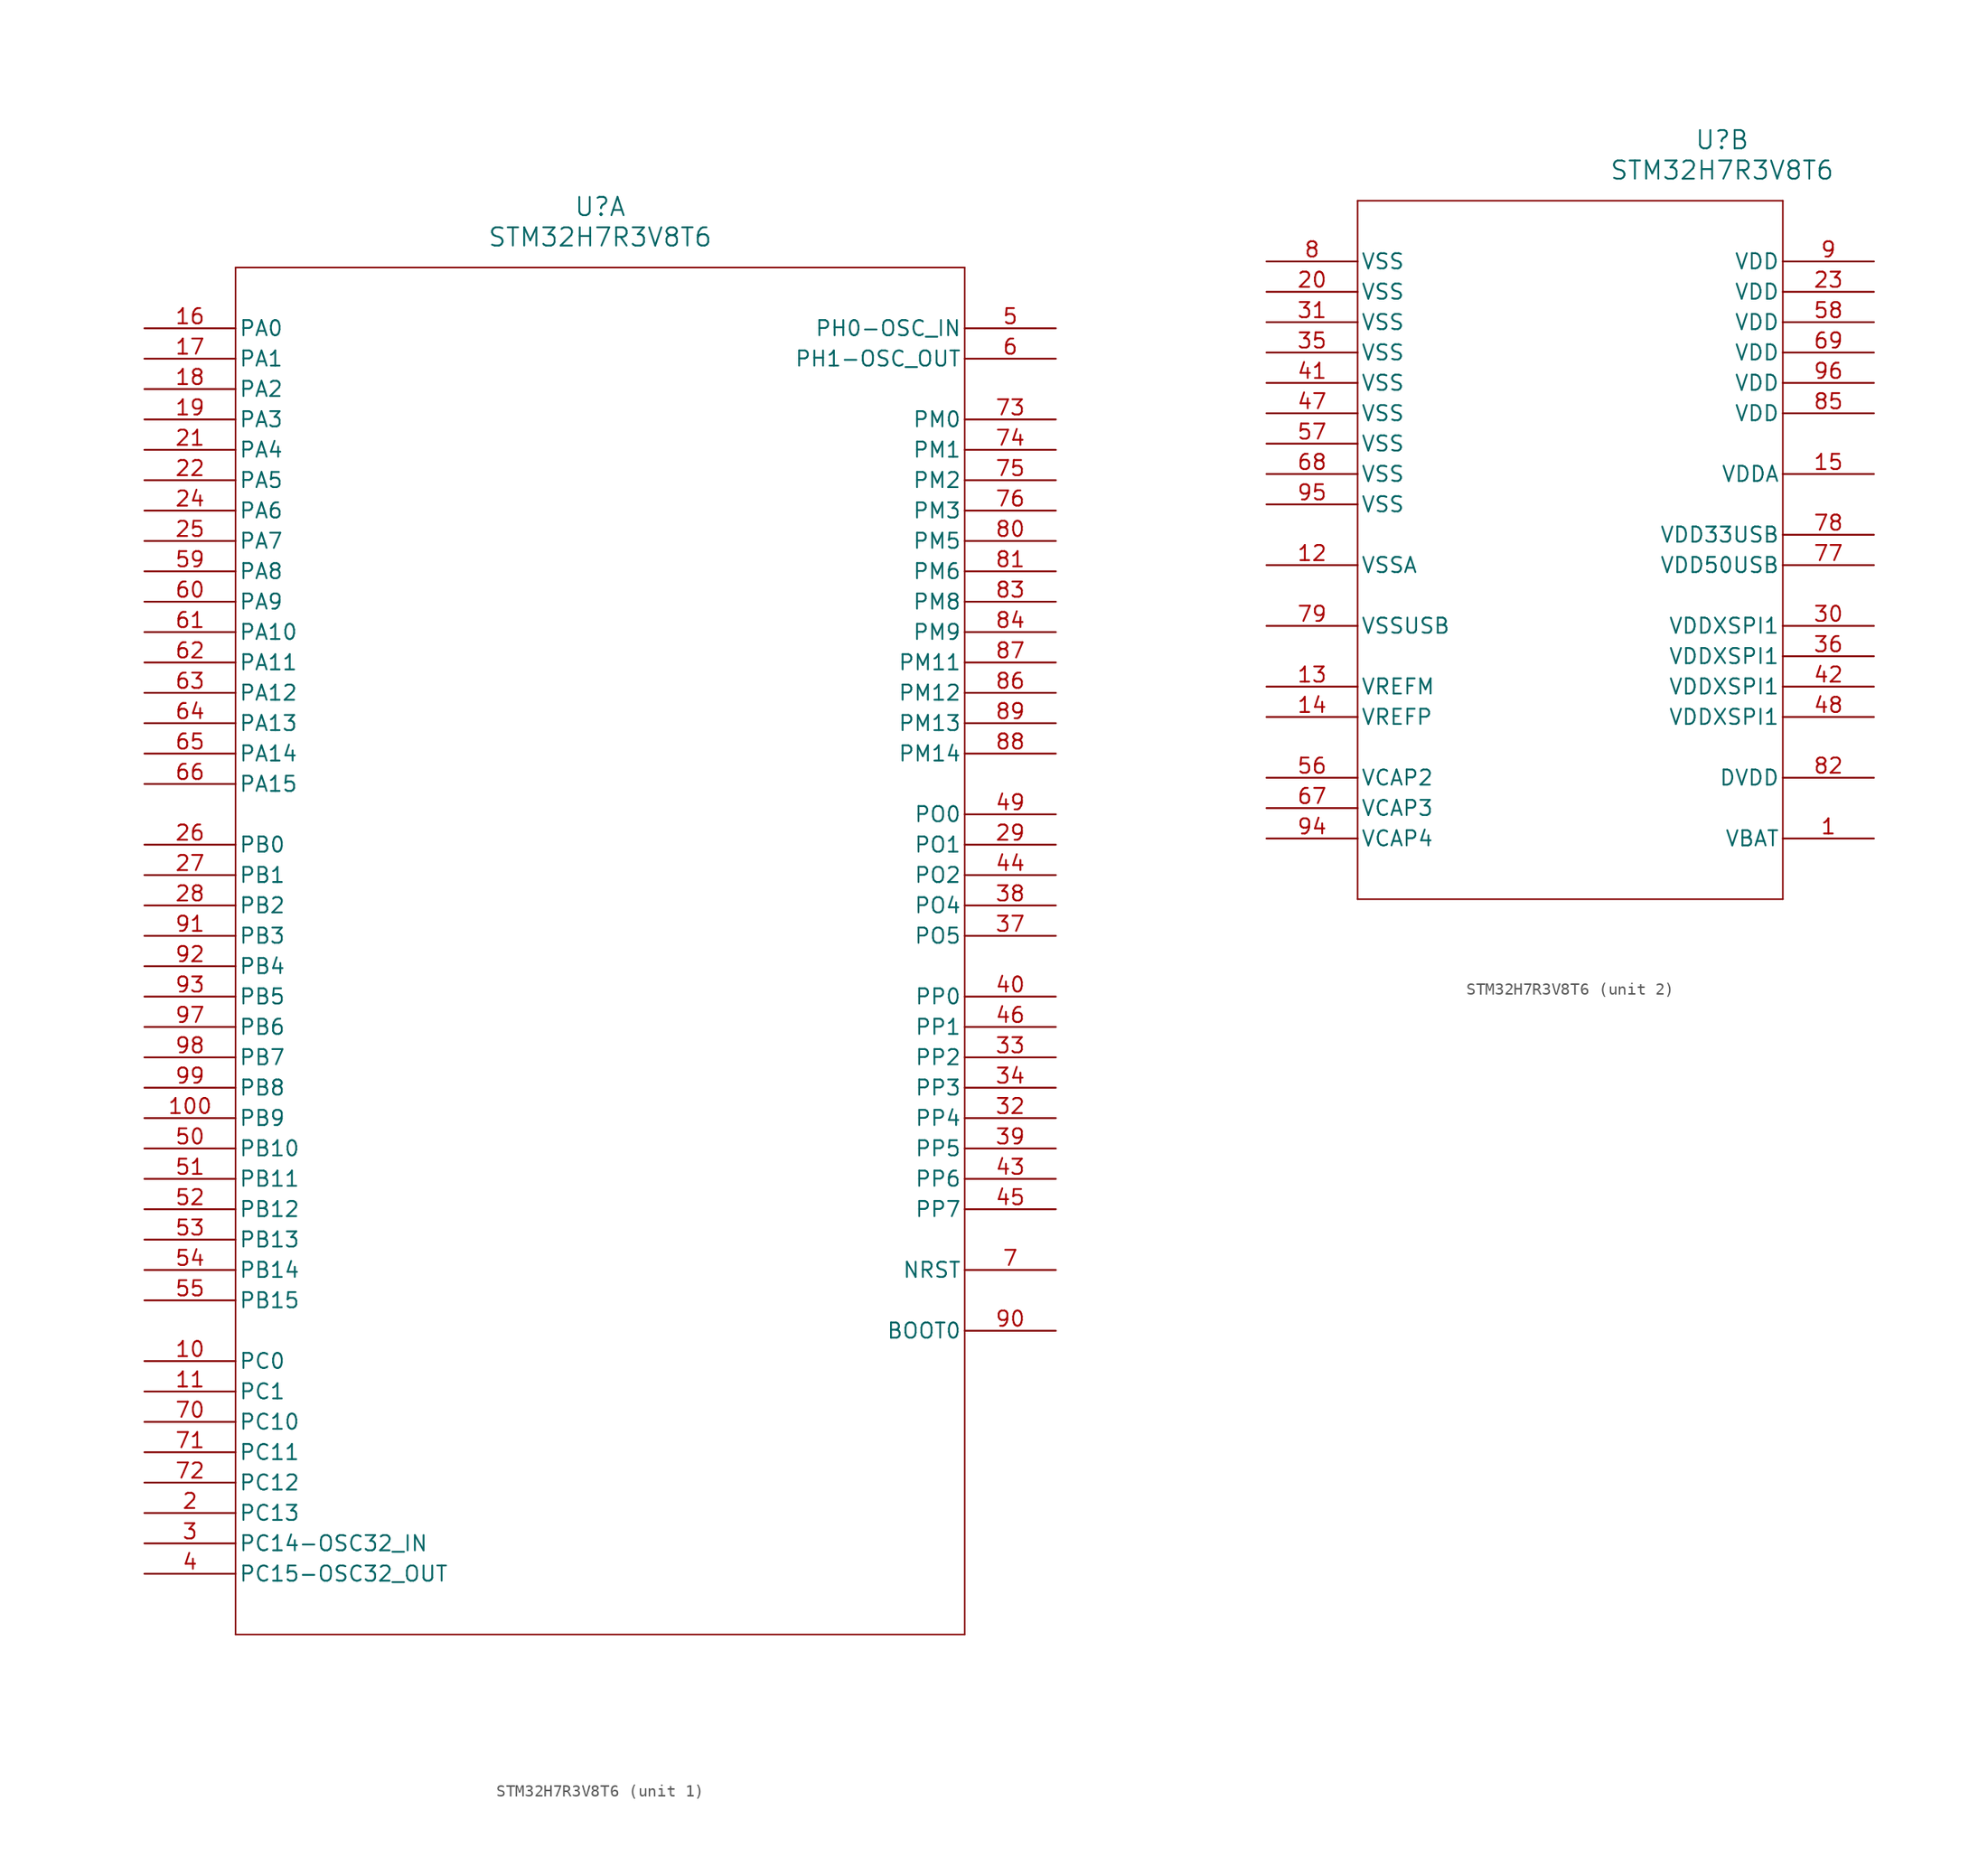
<source format=kicad_sym>
(kicad_symbol_lib
  (version 20211014)
  (generator kicad_symbol_editor)
  (symbol "STM32H7R3V8T6"
    (pin_names
      (offset 0.254))
    (property "Reference" "U"
      (at 38.1 10.16 0)
      (effects (font (size 1.524 1.524))))
    (property "Value" "STM32H7R3V8T6"
      (at 38.1 7.62 0)
      (effects (font (size 1.524 1.524))))
    (symbol "STM32H7R3V8T6_1_1"
      (polyline (pts (xy 7.62 5.08) (xy 7.62 -109.22)) (stroke (width 0.127) (type default) (color 0 0 0 0)) (fill (type none)))
      (polyline (pts (xy 7.62 -109.22) (xy 68.58 -109.22)) (stroke (width 0.127) (type default) (color 0 0 0 0)) (fill (type none)))
      (polyline (pts (xy 68.58 -109.22) (xy 68.58 5.08)) (stroke (width 0.127) (type default) (color 0 0 0 0)) (fill (type none)))
      (polyline (pts (xy 68.58 5.08) (xy 7.62 5.08)) (stroke (width 0.127) (type default) (color 0 0 0 0)) (fill (type none)))
      (pin bidirectional line (at 0 -99.06 0) (length 7.62) (name "PC13" (effects (font (size 1.27 1.27)))) (number "2" (effects (font (size 1.27 1.27)))))
      (pin bidirectional line (at 0 -101.6 0) (length 7.62) (name "PC14-OSC32_IN" (effects (font (size 1.27 1.27)))) (number "3" (effects (font (size 1.27 1.27)))))
      (pin bidirectional line (at 0 -104.14 0) (length 7.62) (name "PC15-OSC32_OUT" (effects (font (size 1.27 1.27)))) (number "4" (effects (font (size 1.27 1.27)))))
      (pin bidirectional line (at 76.2 0 180) (length 7.62) (name "PH0-OSC_IN" (effects (font (size 1.27 1.27)))) (number "5" (effects (font (size 1.27 1.27)))))
      (pin bidirectional line (at 76.2 -2.54 180) (length 7.62) (name "PH1-OSC_OUT" (effects (font (size 1.27 1.27)))) (number "6" (effects (font (size 1.27 1.27)))))
      (pin bidirectional line (at 76.2 -78.74 180) (length 7.62) (name "NRST" (effects (font (size 1.27 1.27)))) (number "7" (effects (font (size 1.27 1.27)))))
      (pin bidirectional line (at 0 -86.36 0) (length 7.62) (name "PC0" (effects (font (size 1.27 1.27)))) (number "10" (effects (font (size 1.27 1.27)))))
      (pin bidirectional line (at 0 -88.9 0) (length 7.62) (name "PC1" (effects (font (size 1.27 1.27)))) (number "11" (effects (font (size 1.27 1.27)))))
      (pin bidirectional line (at 0 0 0) (length 7.62) (name "PA0" (effects (font (size 1.27 1.27)))) (number "16" (effects (font (size 1.27 1.27)))))
      (pin bidirectional line (at 0 -2.54 0) (length 7.62) (name "PA1" (effects (font (size 1.27 1.27)))) (number "17" (effects (font (size 1.27 1.27)))))
      (pin bidirectional line (at 0 -5.08 0) (length 7.62) (name "PA2" (effects (font (size 1.27 1.27)))) (number "18" (effects (font (size 1.27 1.27)))))
      (pin bidirectional line (at 0 -7.62 0) (length 7.62) (name "PA3" (effects (font (size 1.27 1.27)))) (number "19" (effects (font (size 1.27 1.27)))))
      (pin bidirectional line (at 0 -10.16 0) (length 7.62) (name "PA4" (effects (font (size 1.27 1.27)))) (number "21" (effects (font (size 1.27 1.27)))))
      (pin bidirectional line (at 0 -12.7 0) (length 7.62) (name "PA5" (effects (font (size 1.27 1.27)))) (number "22" (effects (font (size 1.27 1.27)))))
      (pin bidirectional line (at 0 -15.24 0) (length 7.62) (name "PA6" (effects (font (size 1.27 1.27)))) (number "24" (effects (font (size 1.27 1.27)))))
      (pin bidirectional line (at 0 -17.78 0) (length 7.62) (name "PA7" (effects (font (size 1.27 1.27)))) (number "25" (effects (font (size 1.27 1.27)))))
      (pin bidirectional line (at 0 -43.18 0) (length 7.62) (name "PB0" (effects (font (size 1.27 1.27)))) (number "26" (effects (font (size 1.27 1.27)))))
      (pin bidirectional line (at 0 -45.72 0) (length 7.62) (name "PB1" (effects (font (size 1.27 1.27)))) (number "27" (effects (font (size 1.27 1.27)))))
      (pin bidirectional line (at 0 -48.26 0) (length 7.62) (name "PB2" (effects (font (size 1.27 1.27)))) (number "28" (effects (font (size 1.27 1.27)))))
      (pin bidirectional line (at 76.2 -43.18 180) (length 7.62) (name "PO1" (effects (font (size 1.27 1.27)))) (number "29" (effects (font (size 1.27 1.27)))))
      (pin bidirectional line (at 76.2 -66.04 180) (length 7.62) (name "PP4" (effects (font (size 1.27 1.27)))) (number "32" (effects (font (size 1.27 1.27)))))
      (pin bidirectional line (at 76.2 -60.96 180) (length 7.62) (name "PP2" (effects (font (size 1.27 1.27)))) (number "33" (effects (font (size 1.27 1.27)))))
      (pin bidirectional line (at 76.2 -63.5 180) (length 7.62) (name "PP3" (effects (font (size 1.27 1.27)))) (number "34" (effects (font (size 1.27 1.27)))))
      (pin bidirectional line (at 76.2 -50.8 180) (length 7.62) (name "PO5" (effects (font (size 1.27 1.27)))) (number "37" (effects (font (size 1.27 1.27)))))
      (pin bidirectional line (at 76.2 -48.26 180) (length 7.62) (name "PO4" (effects (font (size 1.27 1.27)))) (number "38" (effects (font (size 1.27 1.27)))))
      (pin bidirectional line (at 76.2 -68.58 180) (length 7.62) (name "PP5" (effects (font (size 1.27 1.27)))) (number "39" (effects (font (size 1.27 1.27)))))
      (pin bidirectional line (at 76.2 -55.88 180) (length 7.62) (name "PP0" (effects (font (size 1.27 1.27)))) (number "40" (effects (font (size 1.27 1.27)))))
      (pin bidirectional line (at 76.2 -71.12 180) (length 7.62) (name "PP6" (effects (font (size 1.27 1.27)))) (number "43" (effects (font (size 1.27 1.27)))))
      (pin bidirectional line (at 76.2 -45.72 180) (length 7.62) (name "PO2" (effects (font (size 1.27 1.27)))) (number "44" (effects (font (size 1.27 1.27)))))
      (pin bidirectional line (at 76.2 -73.66 180) (length 7.62) (name "PP7" (effects (font (size 1.27 1.27)))) (number "45" (effects (font (size 1.27 1.27)))))
      (pin bidirectional line (at 76.2 -58.42 180) (length 7.62) (name "PP1" (effects (font (size 1.27 1.27)))) (number "46" (effects (font (size 1.27 1.27)))))
      (pin bidirectional line (at 76.2 -40.64 180) (length 7.62) (name "PO0" (effects (font (size 1.27 1.27)))) (number "49" (effects (font (size 1.27 1.27)))))
      (pin bidirectional line (at 0 -68.58 0) (length 7.62) (name "PB10" (effects (font (size 1.27 1.27)))) (number "50" (effects (font (size 1.27 1.27)))))
      (pin bidirectional line (at 0 -71.12 0) (length 7.62) (name "PB11" (effects (font (size 1.27 1.27)))) (number "51" (effects (font (size 1.27 1.27)))))
      (pin bidirectional line (at 0 -73.66 0) (length 7.62) (name "PB12" (effects (font (size 1.27 1.27)))) (number "52" (effects (font (size 1.27 1.27)))))
      (pin bidirectional line (at 0 -76.2 0) (length 7.62) (name "PB13" (effects (font (size 1.27 1.27)))) (number "53" (effects (font (size 1.27 1.27)))))
      (pin bidirectional line (at 0 -78.74 0) (length 7.62) (name "PB14" (effects (font (size 1.27 1.27)))) (number "54" (effects (font (size 1.27 1.27)))))
      (pin bidirectional line (at 0 -81.28 0) (length 7.62) (name "PB15" (effects (font (size 1.27 1.27)))) (number "55" (effects (font (size 1.27 1.27)))))
      (pin bidirectional line (at 0 -20.32 0) (length 7.62) (name "PA8" (effects (font (size 1.27 1.27)))) (number "59" (effects (font (size 1.27 1.27)))))
      (pin bidirectional line (at 0 -22.86 0) (length 7.62) (name "PA9" (effects (font (size 1.27 1.27)))) (number "60" (effects (font (size 1.27 1.27)))))
      (pin bidirectional line (at 0 -25.4 0) (length 7.62) (name "PA10" (effects (font (size 1.27 1.27)))) (number "61" (effects (font (size 1.27 1.27)))))
      (pin bidirectional line (at 0 -27.94 0) (length 7.62) (name "PA11" (effects (font (size 1.27 1.27)))) (number "62" (effects (font (size 1.27 1.27)))))
      (pin bidirectional line (at 0 -30.48 0) (length 7.62) (name "PA12" (effects (font (size 1.27 1.27)))) (number "63" (effects (font (size 1.27 1.27)))))
      (pin bidirectional line (at 0 -33.02 0) (length 7.62) (name "PA13" (effects (font (size 1.27 1.27)))) (number "64" (effects (font (size 1.27 1.27)))))
      (pin bidirectional line (at 0 -35.56 0) (length 7.62) (name "PA14" (effects (font (size 1.27 1.27)))) (number "65" (effects (font (size 1.27 1.27)))))
      (pin bidirectional line (at 0 -38.1 0) (length 7.62) (name "PA15" (effects (font (size 1.27 1.27)))) (number "66" (effects (font (size 1.27 1.27)))))
      (pin bidirectional line (at 0 -91.44 0) (length 7.62) (name "PC10" (effects (font (size 1.27 1.27)))) (number "70" (effects (font (size 1.27 1.27)))))
      (pin bidirectional line (at 0 -93.98 0) (length 7.62) (name "PC11" (effects (font (size 1.27 1.27)))) (number "71" (effects (font (size 1.27 1.27)))))
      (pin bidirectional line (at 0 -96.52 0) (length 7.62) (name "PC12" (effects (font (size 1.27 1.27)))) (number "72" (effects (font (size 1.27 1.27)))))
      (pin bidirectional line (at 76.2 -7.62 180) (length 7.62) (name "PM0" (effects (font (size 1.27 1.27)))) (number "73" (effects (font (size 1.27 1.27)))))
      (pin bidirectional line (at 76.2 -10.16 180) (length 7.62) (name "PM1" (effects (font (size 1.27 1.27)))) (number "74" (effects (font (size 1.27 1.27)))))
      (pin bidirectional line (at 76.2 -12.7 180) (length 7.62) (name "PM2" (effects (font (size 1.27 1.27)))) (number "75" (effects (font (size 1.27 1.27)))))
      (pin bidirectional line (at 76.2 -15.24 180) (length 7.62) (name "PM3" (effects (font (size 1.27 1.27)))) (number "76" (effects (font (size 1.27 1.27)))))
      (pin bidirectional line (at 76.2 -17.78 180) (length 7.62) (name "PM5" (effects (font (size 1.27 1.27)))) (number "80" (effects (font (size 1.27 1.27)))))
      (pin bidirectional line (at 76.2 -20.32 180) (length 7.62) (name "PM6" (effects (font (size 1.27 1.27)))) (number "81" (effects (font (size 1.27 1.27)))))
      (pin bidirectional line (at 76.2 -22.86 180) (length 7.62) (name "PM8" (effects (font (size 1.27 1.27)))) (number "83" (effects (font (size 1.27 1.27)))))
      (pin bidirectional line (at 76.2 -25.4 180) (length 7.62) (name "PM9" (effects (font (size 1.27 1.27)))) (number "84" (effects (font (size 1.27 1.27)))))
      (pin bidirectional line (at 76.2 -30.48 180) (length 7.62) (name "PM12" (effects (font (size 1.27 1.27)))) (number "86" (effects (font (size 1.27 1.27)))))
      (pin bidirectional line (at 76.2 -27.94 180) (length 7.62) (name "PM11" (effects (font (size 1.27 1.27)))) (number "87" (effects (font (size 1.27 1.27)))))
      (pin bidirectional line (at 76.2 -35.56 180) (length 7.62) (name "PM14" (effects (font (size 1.27 1.27)))) (number "88" (effects (font (size 1.27 1.27)))))
      (pin bidirectional line (at 76.2 -33.02 180) (length 7.62) (name "PM13" (effects (font (size 1.27 1.27)))) (number "89" (effects (font (size 1.27 1.27)))))
      (pin input line (at 76.2 -83.82 180) (length 7.62) (name "BOOT0" (effects (font (size 1.27 1.27)))) (number "90" (effects (font (size 1.27 1.27)))))
      (pin bidirectional line (at 0 -50.8 0) (length 7.62) (name "PB3" (effects (font (size 1.27 1.27)))) (number "91" (effects (font (size 1.27 1.27)))))
      (pin bidirectional line (at 0 -53.34 0) (length 7.62) (name "PB4" (effects (font (size 1.27 1.27)))) (number "92" (effects (font (size 1.27 1.27)))))
      (pin bidirectional line (at 0 -55.88 0) (length 7.62) (name "PB5" (effects (font (size 1.27 1.27)))) (number "93" (effects (font (size 1.27 1.27)))))
      (pin bidirectional line (at 0 -58.42 0) (length 7.62) (name "PB6" (effects (font (size 1.27 1.27)))) (number "97" (effects (font (size 1.27 1.27)))))
      (pin bidirectional line (at 0 -60.96 0) (length 7.62) (name "PB7" (effects (font (size 1.27 1.27)))) (number "98" (effects (font (size 1.27 1.27)))))
      (pin bidirectional line (at 0 -63.5 0) (length 7.62) (name "PB8" (effects (font (size 1.27 1.27)))) (number "99" (effects (font (size 1.27 1.27)))))
      (pin bidirectional line (at 0 -66.04 0) (length 7.62) (name "PB9" (effects (font (size 1.27 1.27)))) (number "100" (effects (font (size 1.27 1.27))))))
    (symbol "STM32H7R3V8T6_2_1"
      (polyline (pts (xy 7.62 5.08) (xy 7.62 -53.34)) (stroke (width 0.127) (type default) (color 0 0 0 0)) (fill (type none)))
      (polyline (pts (xy 7.62 -53.34) (xy 43.18 -53.34)) (stroke (width 0.127) (type default) (color 0 0 0 0)) (fill (type none)))
      (polyline (pts (xy 43.18 -53.34) (xy 43.18 5.08)) (stroke (width 0.127) (type default) (color 0 0 0 0)) (fill (type none)))
      (polyline (pts (xy 43.18 5.08) (xy 7.62 5.08)) (stroke (width 0.127) (type default) (color 0 0 0 0)) (fill (type none)))
      (pin power_in line (at 50.8 -48.26 180) (length 7.62) (name "VBAT" (effects (font (size 1.27 1.27)))) (number "1" (effects (font (size 1.27 1.27)))))
      (pin power_in line (at 0 0 0) (length 7.62) (name "VSS" (effects (font (size 1.27 1.27)))) (number "8" (effects (font (size 1.27 1.27)))))
      (pin power_in line (at 50.8 0 180) (length 7.62) (name "VDD" (effects (font (size 1.27 1.27)))) (number "9" (effects (font (size 1.27 1.27)))))
      (pin power_in line (at 0 -25.4 0) (length 7.62) (name "VSSA" (effects (font (size 1.27 1.27)))) (number "12" (effects (font (size 1.27 1.27)))))
      (pin power_in line (at 0 -35.56 0) (length 7.62) (name "VREFM" (effects (font (size 1.27 1.27)))) (number "13" (effects (font (size 1.27 1.27)))))
      (pin power_in line (at 0 -38.1 0) (length 7.62) (name "VREFP" (effects (font (size 1.27 1.27)))) (number "14" (effects (font (size 1.27 1.27)))))
      (pin power_in line (at 50.8 -17.78 180) (length 7.62) (name "VDDA" (effects (font (size 1.27 1.27)))) (number "15" (effects (font (size 1.27 1.27)))))
      (pin power_in line (at 0 -2.54 0) (length 7.62) (name "VSS" (effects (font (size 1.27 1.27)))) (number "20" (effects (font (size 1.27 1.27)))))
      (pin power_in line (at 50.8 -2.54 180) (length 7.62) (name "VDD" (effects (font (size 1.27 1.27)))) (number "23" (effects (font (size 1.27 1.27)))))
      (pin power_in line (at 50.8 -30.48 180) (length 7.62) (name "VDDXSPI1" (effects (font (size 1.27 1.27)))) (number "30" (effects (font (size 1.27 1.27)))))
      (pin power_in line (at 0 -5.08 0) (length 7.62) (name "VSS" (effects (font (size 1.27 1.27)))) (number "31" (effects (font (size 1.27 1.27)))))
      (pin power_in line (at 0 -7.62 0) (length 7.62) (name "VSS" (effects (font (size 1.27 1.27)))) (number "35" (effects (font (size 1.27 1.27)))))
      (pin power_in line (at 50.8 -33.02 180) (length 7.62) (name "VDDXSPI1" (effects (font (size 1.27 1.27)))) (number "36" (effects (font (size 1.27 1.27)))))
      (pin power_in line (at 0 -10.16 0) (length 7.62) (name "VSS" (effects (font (size 1.27 1.27)))) (number "41" (effects (font (size 1.27 1.27)))))
      (pin power_in line (at 50.8 -35.56 180) (length 7.62) (name "VDDXSPI1" (effects (font (size 1.27 1.27)))) (number "42" (effects (font (size 1.27 1.27)))))
      (pin power_in line (at 0 -12.7 0) (length 7.62) (name "VSS" (effects (font (size 1.27 1.27)))) (number "47" (effects (font (size 1.27 1.27)))))
      (pin power_in line (at 50.8 -38.1 180) (length 7.62) (name "VDDXSPI1" (effects (font (size 1.27 1.27)))) (number "48" (effects (font (size 1.27 1.27)))))
      (pin power_in line (at 0 -43.18 0) (length 7.62) (name "VCAP2" (effects (font (size 1.27 1.27)))) (number "56" (effects (font (size 1.27 1.27)))))
      (pin power_in line (at 0 -15.24 0) (length 7.62) (name "VSS" (effects (font (size 1.27 1.27)))) (number "57" (effects (font (size 1.27 1.27)))))
      (pin power_in line (at 50.8 -5.08 180) (length 7.62) (name "VDD" (effects (font (size 1.27 1.27)))) (number "58" (effects (font (size 1.27 1.27)))))
      (pin power_in line (at 0 -45.72 0) (length 7.62) (name "VCAP3" (effects (font (size 1.27 1.27)))) (number "67" (effects (font (size 1.27 1.27)))))
      (pin power_in line (at 0 -17.78 0) (length 7.62) (name "VSS" (effects (font (size 1.27 1.27)))) (number "68" (effects (font (size 1.27 1.27)))))
      (pin power_in line (at 50.8 -7.62 180) (length 7.62) (name "VDD" (effects (font (size 1.27 1.27)))) (number "69" (effects (font (size 1.27 1.27)))))
      (pin power_in line (at 50.8 -25.4 180) (length 7.62) (name "VDD50USB" (effects (font (size 1.27 1.27)))) (number "77" (effects (font (size 1.27 1.27)))))
      (pin power_in line (at 50.8 -22.86 180) (length 7.62) (name "VDD33USB" (effects (font (size 1.27 1.27)))) (number "78" (effects (font (size 1.27 1.27)))))
      (pin power_in line (at 0 -30.48 0) (length 7.62) (name "VSSUSB" (effects (font (size 1.27 1.27)))) (number "79" (effects (font (size 1.27 1.27)))))
      (pin power_in line (at 50.8 -43.18 180) (length 7.62) (name "DVDD" (effects (font (size 1.27 1.27)))) (number "82" (effects (font (size 1.27 1.27)))))
      (pin power_in line (at 50.8 -12.7 180) (length 7.62) (name "VDD" (effects (font (size 1.27 1.27)))) (number "85" (effects (font (size 1.27 1.27)))))
      (pin power_in line (at 0 -48.26 0) (length 7.62) (name "VCAP4" (effects (font (size 1.27 1.27)))) (number "94" (effects (font (size 1.27 1.27)))))
      (pin power_in line (at 0 -20.32 0) (length 7.62) (name "VSS" (effects (font (size 1.27 1.27)))) (number "95" (effects (font (size 1.27 1.27)))))
      (pin power_in line (at 50.8 -10.16 180) (length 7.62) (name "VDD" (effects (font (size 1.27 1.27)))) (number "96" (effects (font (size 1.27 1.27))))))))
</source>
